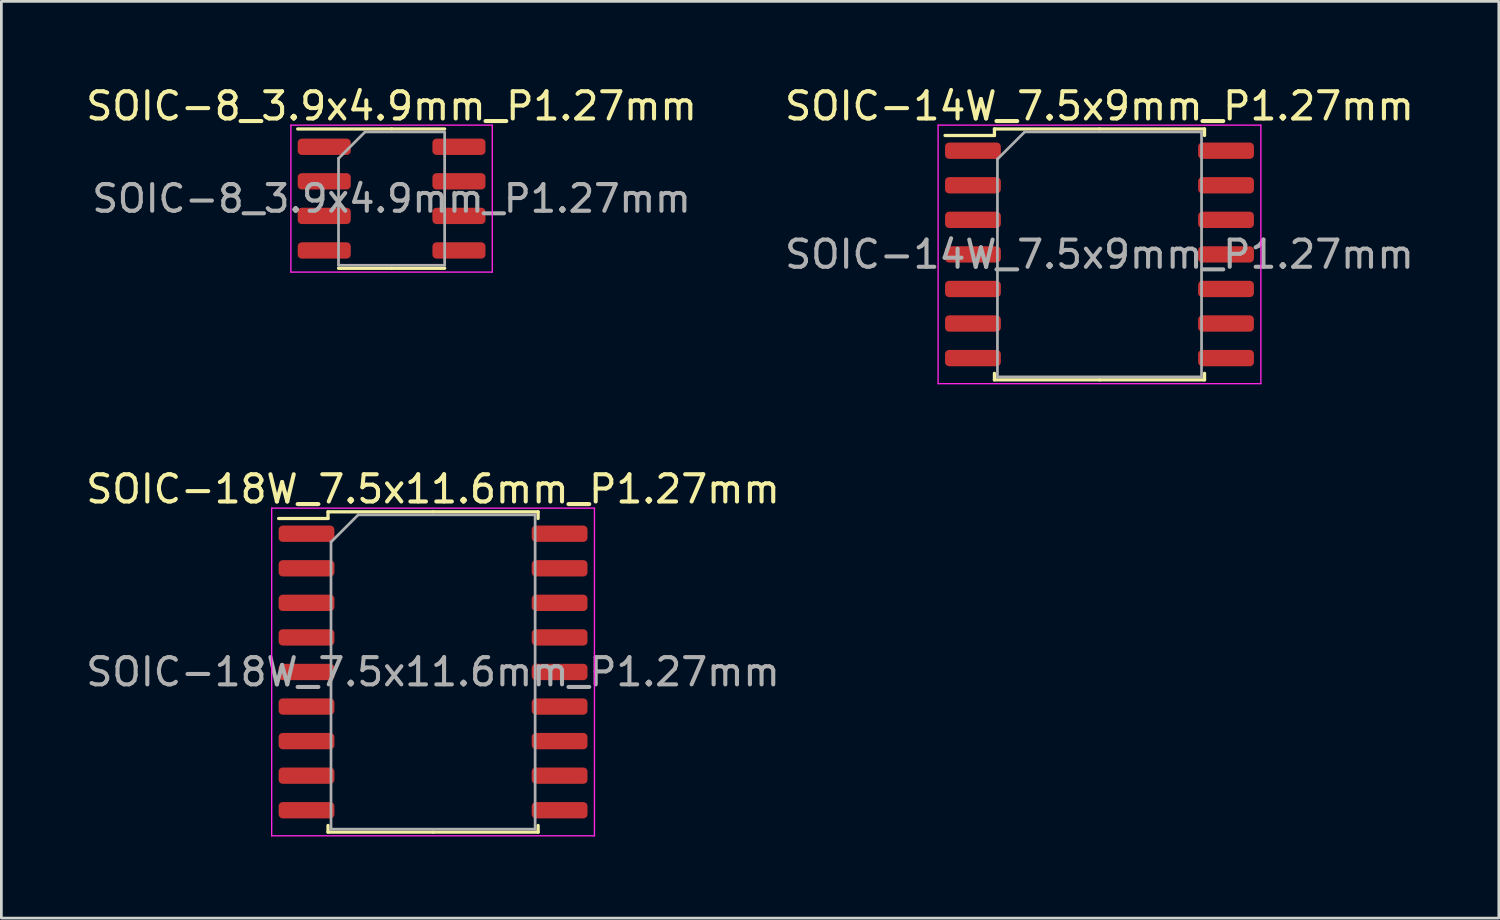
<source format=kicad_pcb>
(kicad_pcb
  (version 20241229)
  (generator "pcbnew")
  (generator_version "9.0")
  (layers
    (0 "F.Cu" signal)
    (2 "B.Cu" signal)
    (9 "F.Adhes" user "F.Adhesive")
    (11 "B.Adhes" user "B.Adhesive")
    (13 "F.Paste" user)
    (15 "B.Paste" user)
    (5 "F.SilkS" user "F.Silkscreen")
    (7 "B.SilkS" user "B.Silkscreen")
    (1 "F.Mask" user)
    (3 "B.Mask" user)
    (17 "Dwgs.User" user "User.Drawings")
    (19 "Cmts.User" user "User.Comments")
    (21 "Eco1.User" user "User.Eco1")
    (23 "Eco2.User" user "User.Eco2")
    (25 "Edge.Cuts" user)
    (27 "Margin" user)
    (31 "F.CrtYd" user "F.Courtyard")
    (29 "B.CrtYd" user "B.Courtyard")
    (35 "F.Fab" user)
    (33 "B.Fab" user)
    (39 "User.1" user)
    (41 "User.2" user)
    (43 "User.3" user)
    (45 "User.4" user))
  (footprint "SOIC-14W_7.5x9mm_P1.27mm"
    (layer "F.Cu")
    (at 37.351 6.298)
    (property "Reference" "SOIC-14W_7.5x9mm_P1.27mm" (at 0 -5.45 0) (layer "F.SilkS") (effects (font (size 1 1) (thickness 0.15))))
    (attr smd)
    (fp_line (start -3.86 -4.61) (end -3.86 -4.37) (stroke (width 0.12) (type solid)) (layer "F.SilkS"))
    (fp_line (start -3.86 -4.37) (end -5.675 -4.37) (stroke (width 0.12) (type solid)) (layer "F.SilkS"))
    (fp_line (start -3.86 4.61) (end -3.86 4.37) (stroke (width 0.12) (type solid)) (layer "F.SilkS"))
    (fp_line (start 0 -4.61) (end -3.86 -4.61) (stroke (width 0.12) (type solid)) (layer "F.SilkS"))
    (fp_line (start 0 -4.61) (end 3.86 -4.61) (stroke (width 0.12) (type solid)) (layer "F.SilkS"))
    (fp_line (start 0 4.61) (end -3.86 4.61) (stroke (width 0.12) (type solid)) (layer "F.SilkS"))
    (fp_line (start 0 4.61) (end 3.86 4.61) (stroke (width 0.12) (type solid)) (layer "F.SilkS"))
    (fp_line (start 3.86 -4.61) (end 3.86 -4.37) (stroke (width 0.12) (type solid)) (layer "F.SilkS"))
    (fp_line (start 3.86 4.61) (end 3.86 4.37) (stroke (width 0.12) (type solid)) (layer "F.SilkS"))
    (fp_line (start -5.93 -4.75) (end -5.93 4.75) (stroke (width 0.05) (type solid)) (layer "F.CrtYd"))
    (fp_line (start -5.93 4.75) (end 5.93 4.75) (stroke (width 0.05) (type solid)) (layer "F.CrtYd"))
    (fp_line (start 5.93 -4.75) (end -5.93 -4.75) (stroke (width 0.05) (type solid)) (layer "F.CrtYd"))
    (fp_line (start 5.93 4.75) (end 5.93 -4.75) (stroke (width 0.05) (type solid)) (layer "F.CrtYd"))
    (fp_line (start -3.75 -3.5) (end -2.75 -4.5) (stroke (width 0.1) (type solid)) (layer "F.Fab"))
    (fp_line (start -3.75 4.5) (end -3.75 -3.5) (stroke (width 0.1) (type solid)) (layer "F.Fab"))
    (fp_line (start -2.75 -4.5) (end 3.75 -4.5) (stroke (width 0.1) (type solid)) (layer "F.Fab"))
    (fp_line (start 3.75 -4.5) (end 3.75 4.5) (stroke (width 0.1) (type solid)) (layer "F.Fab"))
    (fp_line (start 3.75 4.5) (end -3.75 4.5) (stroke (width 0.1) (type solid)) (layer "F.Fab"))
    (fp_text user "${REFERENCE}" (at 0 0 0) (layer "F.Fab") (effects (font (size 1 1) (thickness 0.15))))
    (pad "1" smd roundrect (at -4.65 -3.81) (size 2.05 0.6) (layers "F.Cu" "F.Mask" "F.Paste") (roundrect_rratio 0.25))
    (pad "2" smd roundrect (at -4.65 -2.54) (size 2.05 0.6) (layers "F.Cu" "F.Mask" "F.Paste") (roundrect_rratio 0.25))
    (pad "3" smd roundrect (at -4.65 -1.27) (size 2.05 0.6) (layers "F.Cu" "F.Mask" "F.Paste") (roundrect_rratio 0.25))
    (pad "4" smd roundrect (at -4.65 0) (size 2.05 0.6) (layers "F.Cu" "F.Mask" "F.Paste") (roundrect_rratio 0.25))
    (pad "5" smd roundrect (at -4.65 1.27) (size 2.05 0.6) (layers "F.Cu" "F.Mask" "F.Paste") (roundrect_rratio 0.25))
    (pad "6" smd roundrect (at -4.65 2.54) (size 2.05 0.6) (layers "F.Cu" "F.Mask" "F.Paste") (roundrect_rratio 0.25))
    (pad "7" smd roundrect (at -4.65 3.81) (size 2.05 0.6) (layers "F.Cu" "F.Mask" "F.Paste") (roundrect_rratio 0.25))
    (pad "8" smd roundrect (at 4.65 3.81) (size 2.05 0.6) (layers "F.Cu" "F.Mask" "F.Paste") (roundrect_rratio 0.25))
    (pad "9" smd roundrect (at 4.65 2.54) (size 2.05 0.6) (layers "F.Cu" "F.Mask" "F.Paste") (roundrect_rratio 0.25))
    (pad "10" smd roundrect (at 4.65 1.27) (size 2.05 0.6) (layers "F.Cu" "F.Mask" "F.Paste") (roundrect_rratio 0.25))
    (pad "11" smd roundrect (at 4.65 0) (size 2.05 0.6) (layers "F.Cu" "F.Mask" "F.Paste") (roundrect_rratio 0.25))
    (pad "12" smd roundrect (at 4.65 -1.27) (size 2.05 0.6) (layers "F.Cu" "F.Mask" "F.Paste") (roundrect_rratio 0.25))
    (pad "13" smd roundrect (at 4.65 -2.54) (size 2.05 0.6) (layers "F.Cu" "F.Mask" "F.Paste") (roundrect_rratio 0.25))
    (pad "14" smd roundrect (at 4.65 -3.81) (size 2.05 0.6) (layers "F.Cu" "F.Mask" "F.Paste") (roundrect_rratio 0.25)))
  (footprint "SOIC-8_3.9x4.9mm_P1.27mm"
    (layer "F.Cu")
    (at 11.339 4.248)
    (property "Reference" "SOIC-8_3.9x4.9mm_P1.27mm" (at 0 -3.4 180) (layer "F.SilkS") (effects (font (size 1 1) (thickness 0.15))))
    (attr smd)
    (fp_line (start 0 -2.56) (end -3.45 -2.56) (stroke (width 0.12) (type solid)) (layer "F.SilkS"))
    (fp_line (start 0 -2.56) (end 1.95 -2.56) (stroke (width 0.12) (type solid)) (layer "F.SilkS"))
    (fp_line (start 0 2.56) (end -1.95 2.56) (stroke (width 0.12) (type solid)) (layer "F.SilkS"))
    (fp_line (start 0 2.56) (end 1.95 2.56) (stroke (width 0.12) (type solid)) (layer "F.SilkS"))
    (fp_line (start -3.7 -2.7) (end -3.7 2.7) (stroke (width 0.05) (type solid)) (layer "F.CrtYd"))
    (fp_line (start -3.7 2.7) (end 3.7 2.7) (stroke (width 0.05) (type solid)) (layer "F.CrtYd"))
    (fp_line (start 3.7 -2.7) (end -3.7 -2.7) (stroke (width 0.05) (type solid)) (layer "F.CrtYd"))
    (fp_line (start 3.7 2.7) (end 3.7 -2.7) (stroke (width 0.05) (type solid)) (layer "F.CrtYd"))
    (fp_line (start -1.95 -1.475) (end -0.975 -2.45) (stroke (width 0.1) (type solid)) (layer "F.Fab"))
    (fp_line (start -1.95 2.45) (end -1.95 -1.475) (stroke (width 0.1) (type solid)) (layer "F.Fab"))
    (fp_line (start -0.975 -2.45) (end 1.95 -2.45) (stroke (width 0.1) (type solid)) (layer "F.Fab"))
    (fp_line (start 1.95 -2.45) (end 1.95 2.45) (stroke (width 0.1) (type solid)) (layer "F.Fab"))
    (fp_line (start 1.95 2.45) (end -1.95 2.45) (stroke (width 0.1) (type solid)) (layer "F.Fab"))
    (fp_text user "${REFERENCE}" (at 0 0 180) (layer "F.Fab") (effects (font (size 0.98 0.98) (thickness 0.15))))
    (pad "1" smd roundrect (at -2.475 -1.905) (size 1.95 0.6) (layers "F.Cu" "F.Mask" "F.Paste") (roundrect_rratio 0.25))
    (pad "2" smd roundrect (at -2.475 -0.635) (size 1.95 0.6) (layers "F.Cu" "F.Mask" "F.Paste") (roundrect_rratio 0.25))
    (pad "3" smd roundrect (at -2.475 0.635) (size 1.95 0.6) (layers "F.Cu" "F.Mask" "F.Paste") (roundrect_rratio 0.25))
    (pad "4" smd roundrect (at -2.475 1.905) (size 1.95 0.6) (layers "F.Cu" "F.Mask" "F.Paste") (roundrect_rratio 0.25))
    (pad "5" smd roundrect (at 2.475 1.905) (size 1.95 0.6) (layers "F.Cu" "F.Mask" "F.Paste") (roundrect_rratio 0.25))
    (pad "6" smd roundrect (at 2.475 0.635) (size 1.95 0.6) (layers "F.Cu" "F.Mask" "F.Paste") (roundrect_rratio 0.25))
    (pad "7" smd roundrect (at 2.475 -0.635) (size 1.95 0.6) (layers "F.Cu" "F.Mask" "F.Paste") (roundrect_rratio 0.25))
    (pad "8" smd roundrect (at 2.475 -1.905) (size 1.95 0.6) (layers "F.Cu" "F.Mask" "F.Paste") (roundrect_rratio 0.25)))
  (footprint "SOIC-18W_7.5x11.6mm_P1.27mm"
    (layer "F.Cu")
    (at 12.863 21.642)
    (property "Reference" "SOIC-18W_7.5x11.6mm_P1.27mm" (at 0 -6.72 0) (layer "F.SilkS") (effects (font (size 1 1) (thickness 0.15))))
    (attr smd)
    (fp_line (start -3.86 -5.885) (end -3.86 -5.64) (stroke (width 0.12) (type solid)) (layer "F.SilkS"))
    (fp_line (start -3.86 -5.64) (end -5.675 -5.64) (stroke (width 0.12) (type solid)) (layer "F.SilkS"))
    (fp_line (start -3.86 5.885) (end -3.86 5.64) (stroke (width 0.12) (type solid)) (layer "F.SilkS"))
    (fp_line (start 0 -5.885) (end -3.86 -5.885) (stroke (width 0.12) (type solid)) (layer "F.SilkS"))
    (fp_line (start 0 -5.885) (end 3.86 -5.885) (stroke (width 0.12) (type solid)) (layer "F.SilkS"))
    (fp_line (start 0 5.885) (end -3.86 5.885) (stroke (width 0.12) (type solid)) (layer "F.SilkS"))
    (fp_line (start 0 5.885) (end 3.86 5.885) (stroke (width 0.12) (type solid)) (layer "F.SilkS"))
    (fp_line (start 3.86 -5.885) (end 3.86 -5.64) (stroke (width 0.12) (type solid)) (layer "F.SilkS"))
    (fp_line (start 3.86 5.885) (end 3.86 5.64) (stroke (width 0.12) (type solid)) (layer "F.SilkS"))
    (fp_line (start -5.93 -6.02) (end -5.93 6.02) (stroke (width 0.05) (type solid)) (layer "F.CrtYd"))
    (fp_line (start -5.93 6.02) (end 5.93 6.02) (stroke (width 0.05) (type solid)) (layer "F.CrtYd"))
    (fp_line (start 5.93 -6.02) (end -5.93 -6.02) (stroke (width 0.05) (type solid)) (layer "F.CrtYd"))
    (fp_line (start 5.93 6.02) (end 5.93 -6.02) (stroke (width 0.05) (type solid)) (layer "F.CrtYd"))
    (fp_line (start -3.75 -4.775) (end -2.75 -5.775) (stroke (width 0.1) (type solid)) (layer "F.Fab"))
    (fp_line (start -3.75 5.775) (end -3.75 -4.775) (stroke (width 0.1) (type solid)) (layer "F.Fab"))
    (fp_line (start -2.75 -5.775) (end 3.75 -5.775) (stroke (width 0.1) (type solid)) (layer "F.Fab"))
    (fp_line (start 3.75 -5.775) (end 3.75 5.775) (stroke (width 0.1) (type solid)) (layer "F.Fab"))
    (fp_line (start 3.75 5.775) (end -3.75 5.775) (stroke (width 0.1) (type solid)) (layer "F.Fab"))
    (fp_text user "${REFERENCE}" (at 0 0 0) (layer "F.Fab") (effects (font (size 1 1) (thickness 0.15))))
    (pad "1" smd roundrect (at -4.65 -5.08) (size 2.05 0.6) (layers "F.Cu" "F.Mask" "F.Paste") (roundrect_rratio 0.25))
    (pad "2" smd roundrect (at -4.65 -3.81) (size 2.05 0.6) (layers "F.Cu" "F.Mask" "F.Paste") (roundrect_rratio 0.25))
    (pad "3" smd roundrect (at -4.65 -2.54) (size 2.05 0.6) (layers "F.Cu" "F.Mask" "F.Paste") (roundrect_rratio 0.25))
    (pad "4" smd roundrect (at -4.65 -1.27) (size 2.05 0.6) (layers "F.Cu" "F.Mask" "F.Paste") (roundrect_rratio 0.25))
    (pad "5" smd roundrect (at -4.65 0) (size 2.05 0.6) (layers "F.Cu" "F.Mask" "F.Paste") (roundrect_rratio 0.25))
    (pad "6" smd roundrect (at -4.65 1.27) (size 2.05 0.6) (layers "F.Cu" "F.Mask" "F.Paste") (roundrect_rratio 0.25))
    (pad "7" smd roundrect (at -4.65 2.54) (size 2.05 0.6) (layers "F.Cu" "F.Mask" "F.Paste") (roundrect_rratio 0.25))
    (pad "8" smd roundrect (at -4.65 3.81) (size 2.05 0.6) (layers "F.Cu" "F.Mask" "F.Paste") (roundrect_rratio 0.25))
    (pad "9" smd roundrect (at -4.65 5.08) (size 2.05 0.6) (layers "F.Cu" "F.Mask" "F.Paste") (roundrect_rratio 0.25))
    (pad "10" smd roundrect (at 4.65 5.08) (size 2.05 0.6) (layers "F.Cu" "F.Mask" "F.Paste") (roundrect_rratio 0.25))
    (pad "11" smd roundrect (at 4.65 3.81) (size 2.05 0.6) (layers "F.Cu" "F.Mask" "F.Paste") (roundrect_rratio 0.25))
    (pad "12" smd roundrect (at 4.65 2.54) (size 2.05 0.6) (layers "F.Cu" "F.Mask" "F.Paste") (roundrect_rratio 0.25))
    (pad "13" smd roundrect (at 4.65 1.27) (size 2.05 0.6) (layers "F.Cu" "F.Mask" "F.Paste") (roundrect_rratio 0.25))
    (pad "14" smd roundrect (at 4.65 0) (size 2.05 0.6) (layers "F.Cu" "F.Mask" "F.Paste") (roundrect_rratio 0.25))
    (pad "15" smd roundrect (at 4.65 -1.27) (size 2.05 0.6) (layers "F.Cu" "F.Mask" "F.Paste") (roundrect_rratio 0.25))
    (pad "16" smd roundrect (at 4.65 -2.54) (size 2.05 0.6) (layers "F.Cu" "F.Mask" "F.Paste") (roundrect_rratio 0.25))
    (pad "17" smd roundrect (at 4.65 -3.81) (size 2.05 0.6) (layers "F.Cu" "F.Mask" "F.Paste") (roundrect_rratio 0.25))
    (pad "18" smd roundrect (at 4.65 -5.08) (size 2.05 0.6) (layers "F.Cu" "F.Mask" "F.Paste") (roundrect_rratio 0.25)))
  (gr_rect
    (start -3 -3)
    (end 52.024 30.686)
    (stroke (width 0.1) (type default))
    (fill no)
    (layer "Edge.Cuts")))
</source>
